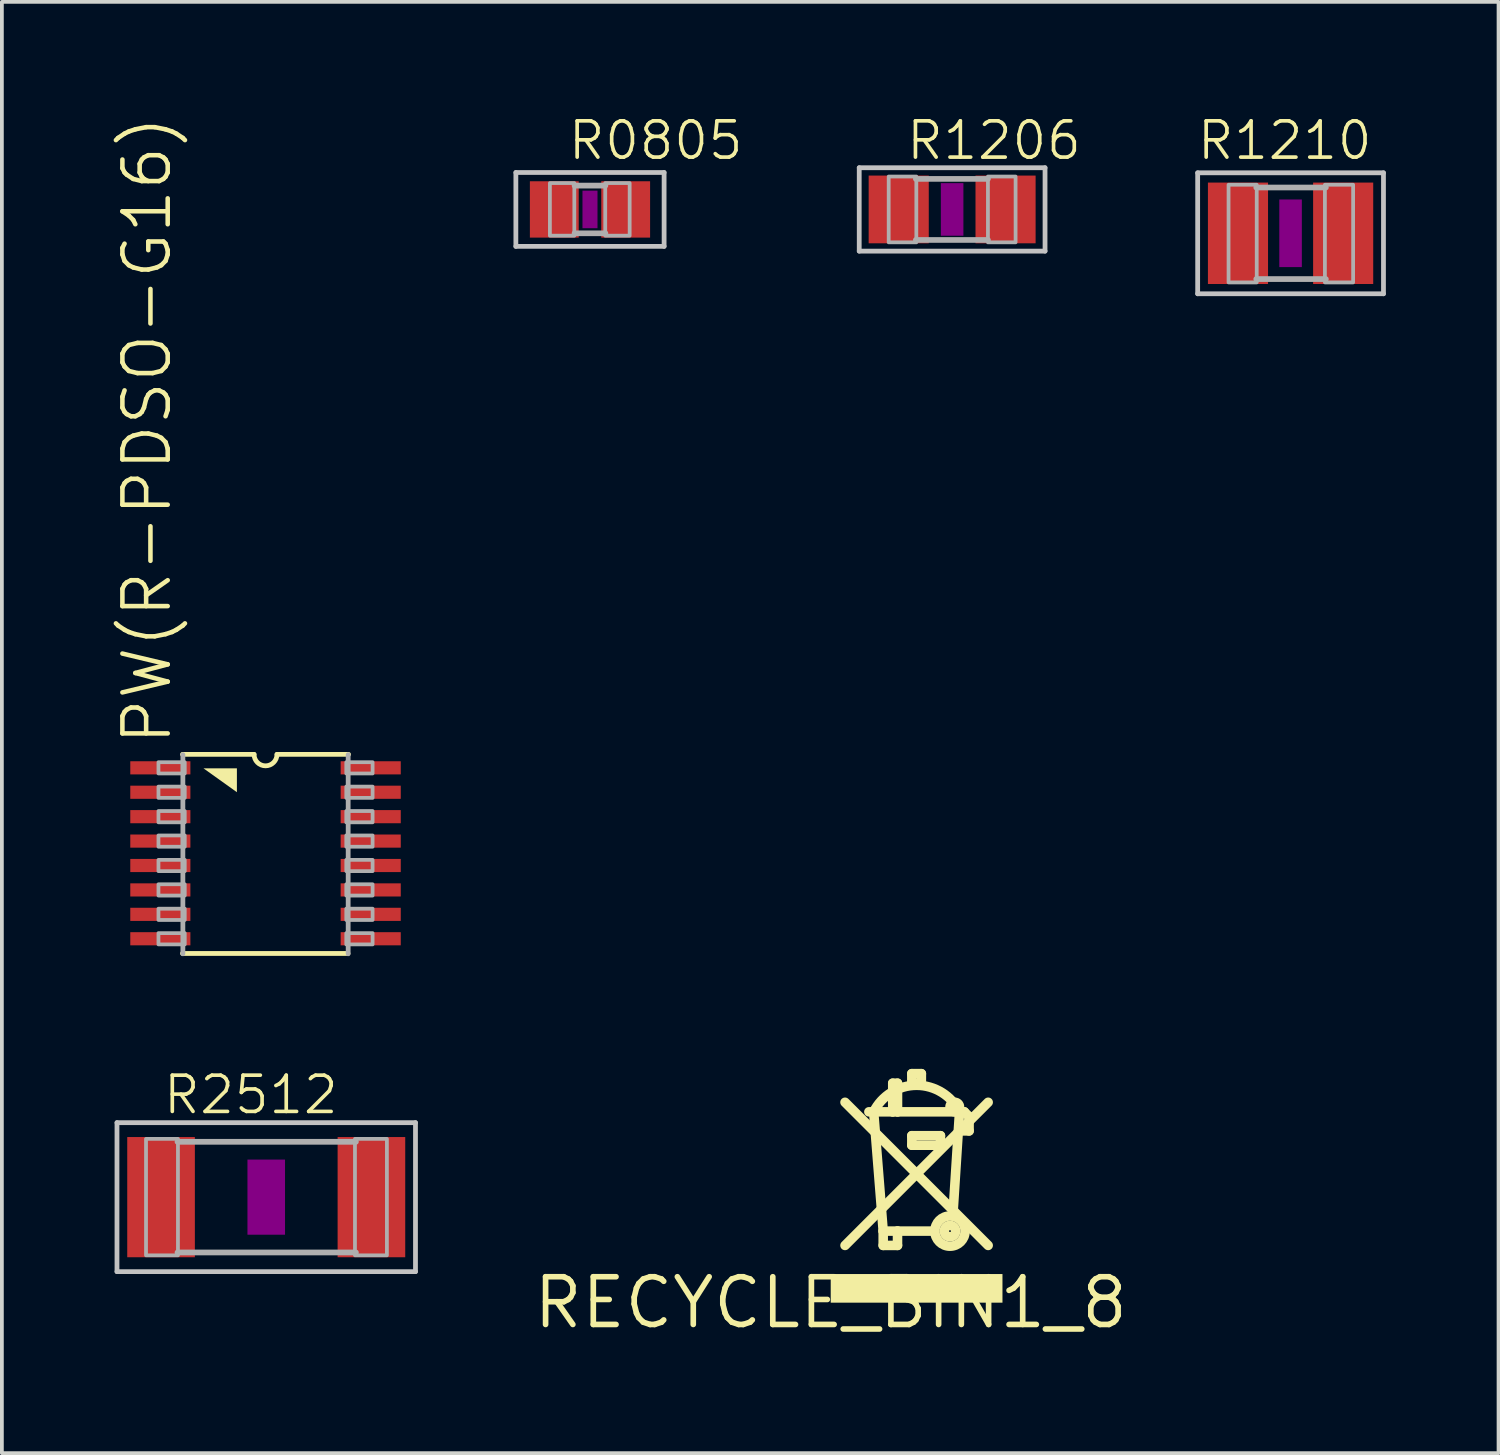
<source format=kicad_pcb>
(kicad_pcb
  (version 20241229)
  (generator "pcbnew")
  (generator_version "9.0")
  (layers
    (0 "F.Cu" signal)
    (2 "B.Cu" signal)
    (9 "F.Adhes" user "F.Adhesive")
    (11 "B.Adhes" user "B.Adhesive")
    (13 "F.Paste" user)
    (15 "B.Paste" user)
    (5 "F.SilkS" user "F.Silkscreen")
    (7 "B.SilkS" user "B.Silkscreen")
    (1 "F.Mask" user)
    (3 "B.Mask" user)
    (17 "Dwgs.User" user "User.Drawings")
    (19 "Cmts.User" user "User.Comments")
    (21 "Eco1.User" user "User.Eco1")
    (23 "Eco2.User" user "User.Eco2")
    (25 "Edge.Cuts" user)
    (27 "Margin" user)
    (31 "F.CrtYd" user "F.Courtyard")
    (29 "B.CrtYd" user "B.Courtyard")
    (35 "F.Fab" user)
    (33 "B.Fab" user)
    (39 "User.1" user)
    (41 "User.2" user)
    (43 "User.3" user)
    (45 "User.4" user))
  (footprint "R1206"
    (layer "F.Cu")
    (at 22.295 2.525)
    (property "Reference" "R1206" (at -1.27 -1.27 180) (layer "F.SilkS") (effects (font (size 0.965 0.965) (thickness 0.097)) (justify left bottom)))
    (attr through_hole)
    (fp_poly (pts (xy -0.3 0.7) (xy 0.3 0.7) (xy 0.3 -0.7) (xy -0.3 -0.7)) (stroke (width 0) (type solid)) (fill yes) (layer "F.Adhes"))
    (fp_line (start -2.473 -1.11) (end 2.473 -1.11) (stroke (width 0.127) (type solid)) (layer "Dwgs.User"))
    (fp_line (start -2.473 1.11) (end -2.473 -1.11) (stroke (width 0.127) (type solid)) (layer "Dwgs.User"))
    (fp_line (start 2.473 -1.11) (end 2.473 1.11) (stroke (width 0.127) (type solid)) (layer "Dwgs.User"))
    (fp_line (start 2.473 1.11) (end -2.473 1.11) (stroke (width 0.127) (type solid)) (layer "Dwgs.User"))
    (fp_line (start 0.953 -0.813) (end -0.965 -0.813) (stroke (width 0.152) (type solid)) (layer "F.Fab"))
    (fp_line (start 0.953 0.813) (end -0.965 0.813) (stroke (width 0.152) (type solid)) (layer "F.Fab"))
    (fp_poly (pts (xy -1.689 0.876) (xy -0.953 0.876) (xy -0.953 -0.876) (xy -1.689 -0.876)) (stroke (width 0.1) (type solid)) (fill no) (layer "F.Fab"))
    (fp_poly (pts (xy 0.953 0.876) (xy 1.689 0.876) (xy 1.689 -0.876) (xy 0.953 -0.876)) (stroke (width 0.1) (type solid)) (fill no) (layer "F.Fab"))
    (pad "1" smd rect (at -1.422 0) (size 1.6 1.803) (layers "F.Cu" "F.Mask" "F.Paste"))
    (pad "2" smd rect (at 1.422 0) (size 1.6 1.803) (layers "F.Cu" "F.Mask" "F.Paste")))
  (footprint "RECYCLE_BIN1_8"
    (layer "F.Cu")
    (at 19.063 31.626)
    (property "Reference" "RECYCLE_BIN1_8" (at 0 0 0) (layer "F.SilkS") (effects (font (size 1.27 1.27) (thickness 0.15))))
    (attr through_hole)
    (fp_line (start 0.381 -5.334) (end 4.191 -1.524) (stroke (width 0.254) (type solid)) (layer "F.SilkS"))
    (fp_line (start 1.143 -5.08) (end 1.016 -5.08) (stroke (width 0.254) (type solid)) (layer "F.SilkS"))
    (fp_line (start 1.143 -5.08) (end 1.651 -5.08) (stroke (width 0.254) (type solid)) (layer "F.SilkS"))
    (fp_line (start 1.397 -1.905) (end 1.143 -5.08) (stroke (width 0.254) (type solid)) (layer "F.SilkS"))
    (fp_line (start 1.397 -1.905) (end 1.397 -1.524) (stroke (width 0.254) (type solid)) (layer "F.SilkS"))
    (fp_line (start 1.397 -1.524) (end 1.778 -1.524) (stroke (width 0.254) (type solid)) (layer "F.SilkS"))
    (fp_line (start 1.651 -5.842) (end 1.651 -5.08) (stroke (width 0.254) (type solid)) (layer "F.SilkS"))
    (fp_line (start 1.651 -5.842) (end 1.778 -5.842) (stroke (width 0.254) (type solid)) (layer "F.SilkS"))
    (fp_line (start 1.651 -5.08) (end 1.778 -5.08) (stroke (width 0.254) (type solid)) (layer "F.SilkS"))
    (fp_line (start 1.778 -5.842) (end 1.778 -5.08) (stroke (width 0.254) (type solid)) (layer "F.SilkS"))
    (fp_line (start 1.778 -5.08) (end 3.429 -5.08) (stroke (width 0.254) (type solid)) (layer "F.SilkS"))
    (fp_line (start 1.778 -1.905) (end 1.397 -1.905) (stroke (width 0.254) (type solid)) (layer "F.SilkS"))
    (fp_line (start 1.778 -1.524) (end 1.778 -1.905) (stroke (width 0.254) (type solid)) (layer "F.SilkS"))
    (fp_line (start 2.159 -6.096) (end 2.159 -5.842) (stroke (width 0.254) (type solid)) (layer "F.SilkS"))
    (fp_line (start 2.159 -5.842) (end 2.413 -5.842) (stroke (width 0.254) (type solid)) (layer "F.SilkS"))
    (fp_line (start 2.159 -4.445) (end 2.159 -4.191) (stroke (width 0.254) (type solid)) (layer "F.SilkS"))
    (fp_line (start 2.159 -4.191) (end 2.921 -4.191) (stroke (width 0.254) (type solid)) (layer "F.SilkS"))
    (fp_line (start 2.413 -6.096) (end 2.159 -6.096) (stroke (width 0.254) (type solid)) (layer "F.SilkS"))
    (fp_line (start 2.413 -5.842) (end 2.413 -6.096) (stroke (width 0.254) (type solid)) (layer "F.SilkS"))
    (fp_line (start 2.769 -1.905) (end 1.778 -1.905) (stroke (width 0.254) (type solid)) (layer "F.SilkS"))
    (fp_line (start 2.921 -4.445) (end 2.159 -4.445) (stroke (width 0.254) (type solid)) (layer "F.SilkS"))
    (fp_line (start 2.921 -4.191) (end 2.921 -4.445) (stroke (width 0.254) (type solid)) (layer "F.SilkS"))
    (fp_line (start 3.429 -5.08) (end 3.251 -2.311) (stroke (width 0.254) (type solid)) (layer "F.SilkS"))
    (fp_line (start 3.429 -5.08) (end 3.556 -5.08) (stroke (width 0.254) (type solid)) (layer "F.SilkS"))
    (fp_line (start 3.429 -4.572) (end 0.381 -1.524) (stroke (width 0.254) (type solid)) (layer "F.SilkS"))
    (fp_line (start 3.556 -5.08) (end 3.683 -4.953) (stroke (width 0.254) (type solid)) (layer "F.SilkS"))
    (fp_line (start 3.683 -4.953) (end 3.683 -4.572) (stroke (width 0.254) (type solid)) (layer "F.SilkS"))
    (fp_line (start 3.683 -4.572) (end 3.429 -4.572) (stroke (width 0.254) (type solid)) (layer "F.SilkS"))
    (fp_line (start 4.191 -5.334) (end 3.429 -4.572) (stroke (width 0.254) (type solid)) (layer "F.SilkS"))
    (fp_arc (start 1.143 -5.08) (mid 2.286 -5.786413) (end 3.429 -5.08) (stroke (width 0.254) (type solid)) (layer "F.SilkS"))
    (fp_circle (center 3.175 -1.905) (end 3.2 -1.905) (stroke (width 0.254) (type solid)) (fill no) (layer "F.SilkS"))
    (fp_circle (center 3.175 -1.905) (end 3.577 -1.905) (stroke (width 0.254) (type solid)) (fill no) (layer "F.SilkS"))
    (fp_circle (center 3.302 -5.207) (end 3.429 -5.207) (stroke (width 0.254) (type solid)) (fill no) (layer "F.SilkS"))
    (fp_poly (pts (xy 0 0) (xy 4.572 0) (xy 4.572 -0.762) (xy 0 -0.762)) (stroke (width 0) (type solid)) (fill yes) (layer "F.SilkS")))
  (footprint "PW(R-PDSO-G16)"
    (layer "F.Cu")
    (at 4.018 19.689)
    (property "Reference" "PW(R-PDSO-G16)" (at -2.45 -2.85 270) (layer "F.SilkS") (effects (font (size 1.206 1.206) (thickness 0.121)) (justify left bottom)))
    (attr through_hole)
    (fp_line (start -0.305 -2.658) (end -2.21 -2.658) (stroke (width 0.127) (type solid)) (layer "F.SilkS"))
    (fp_line (start 2.195 2.642) (end -2.21 2.642) (stroke (width 0.127) (type solid)) (layer "F.SilkS"))
    (fp_line (start 2.21 -2.658) (end 0.305 -2.658) (stroke (width 0.127) (type solid)) (layer "F.SilkS"))
    (fp_arc (start 0.3048 -2.6578) (mid 0 -2.353) (end -0.3048 -2.6578) (stroke (width 0.127) (type solid)) (layer "F.SilkS"))
    (fp_poly (pts (xy -1.651 -2.286) (xy -0.762 -2.286) (xy -0.762 -1.651)) (stroke (width 0) (type solid)) (fill yes) (layer "F.SilkS"))
    (fp_line (start -2.2 2.65) (end -2.2 -2.65) (stroke (width 0.127) (type solid)) (layer "F.Fab"))
    (fp_line (start 2.2 2.65) (end 2.2 -2.65) (stroke (width 0.127) (type solid)) (layer "F.Fab"))
    (fp_poly (pts (xy -2.85 -2.15) (xy -2.15 -2.15) (xy -2.15 -2.45) (xy -2.85 -2.45)) (stroke (width 0.1) (type solid)) (fill no) (layer "F.Fab"))
    (fp_poly (pts (xy -2.85 -1.5) (xy -2.15 -1.5) (xy -2.15 -1.8) (xy -2.85 -1.8)) (stroke (width 0.1) (type solid)) (fill no) (layer "F.Fab"))
    (fp_poly (pts (xy -2.85 -0.85) (xy -2.15 -0.85) (xy -2.15 -1.15) (xy -2.85 -1.15)) (stroke (width 0.1) (type solid)) (fill no) (layer "F.Fab"))
    (fp_poly (pts (xy -2.85 -0.2) (xy -2.15 -0.2) (xy -2.15 -0.5) (xy -2.85 -0.5)) (stroke (width 0.1) (type solid)) (fill no) (layer "F.Fab"))
    (fp_poly (pts (xy -2.85 0.45) (xy -2.15 0.45) (xy -2.15 0.15) (xy -2.85 0.15)) (stroke (width 0.1) (type solid)) (fill no) (layer "F.Fab"))
    (fp_poly (pts (xy -2.85 1.1) (xy -2.15 1.1) (xy -2.15 0.8) (xy -2.85 0.8)) (stroke (width 0.1) (type solid)) (fill no) (layer "F.Fab"))
    (fp_poly (pts (xy -2.85 1.75) (xy -2.15 1.75) (xy -2.15 1.45) (xy -2.85 1.45)) (stroke (width 0.1) (type solid)) (fill no) (layer "F.Fab"))
    (fp_poly (pts (xy -2.85 2.4) (xy -2.15 2.4) (xy -2.15 2.1) (xy -2.85 2.1)) (stroke (width 0.1) (type solid)) (fill no) (layer "F.Fab"))
    (fp_poly (pts (xy 2.15 -2.15) (xy 2.85 -2.15) (xy 2.85 -2.45) (xy 2.15 -2.45)) (stroke (width 0.1) (type solid)) (fill no) (layer "F.Fab"))
    (fp_poly (pts (xy 2.15 -1.5) (xy 2.85 -1.5) (xy 2.85 -1.8) (xy 2.15 -1.8)) (stroke (width 0.1) (type solid)) (fill no) (layer "F.Fab"))
    (fp_poly (pts (xy 2.15 -0.85) (xy 2.85 -0.85) (xy 2.85 -1.15) (xy 2.15 -1.15)) (stroke (width 0.1) (type solid)) (fill no) (layer "F.Fab"))
    (fp_poly (pts (xy 2.15 -0.2) (xy 2.85 -0.2) (xy 2.85 -0.5) (xy 2.15 -0.5)) (stroke (width 0.1) (type solid)) (fill no) (layer "F.Fab"))
    (fp_poly (pts (xy 2.15 0.45) (xy 2.85 0.45) (xy 2.85 0.15) (xy 2.15 0.15)) (stroke (width 0.1) (type solid)) (fill no) (layer "F.Fab"))
    (fp_poly (pts (xy 2.15 1.1) (xy 2.85 1.1) (xy 2.85 0.8) (xy 2.15 0.8)) (stroke (width 0.1) (type solid)) (fill no) (layer "F.Fab"))
    (fp_poly (pts (xy 2.15 1.75) (xy 2.85 1.75) (xy 2.85 1.45) (xy 2.15 1.45)) (stroke (width 0.1) (type solid)) (fill no) (layer "F.Fab"))
    (fp_poly (pts (xy 2.15 2.4) (xy 2.85 2.4) (xy 2.85 2.1) (xy 2.15 2.1)) (stroke (width 0.1) (type solid)) (fill no) (layer "F.Fab"))
    (pad "1" smd rect (at -2.8 -2.3) (size 1.6 0.35) (layers "F.Cu" "F.Mask" "F.Paste"))
    (pad "2" smd rect (at -2.8 -1.65) (size 1.6 0.35) (layers "F.Cu" "F.Mask" "F.Paste"))
    (pad "3" smd rect (at -2.8 -1) (size 1.6 0.35) (layers "F.Cu" "F.Mask" "F.Paste"))
    (pad "4" smd rect (at -2.8 -0.35) (size 1.6 0.35) (layers "F.Cu" "F.Mask" "F.Paste"))
    (pad "5" smd rect (at -2.8 0.3) (size 1.6 0.35) (layers "F.Cu" "F.Mask" "F.Paste"))
    (pad "6" smd rect (at -2.8 0.95) (size 1.6 0.35) (layers "F.Cu" "F.Mask" "F.Paste"))
    (pad "7" smd rect (at -2.8 1.6) (size 1.6 0.35) (layers "F.Cu" "F.Mask" "F.Paste"))
    (pad "8" smd rect (at -2.8 2.25) (size 1.6 0.35) (layers "F.Cu" "F.Mask" "F.Paste"))
    (pad "9" smd rect (at 2.8 2.25) (size 1.6 0.35) (layers "F.Cu" "F.Mask" "F.Paste"))
    (pad "10" smd rect (at 2.8 1.6) (size 1.6 0.35) (layers "F.Cu" "F.Mask" "F.Paste"))
    (pad "11" smd rect (at 2.8 0.95) (size 1.6 0.35) (layers "F.Cu" "F.Mask" "F.Paste"))
    (pad "12" smd rect (at 2.8 0.3) (size 1.6 0.35) (layers "F.Cu" "F.Mask" "F.Paste"))
    (pad "13" smd rect (at 2.8 -0.35) (size 1.6 0.35) (layers "F.Cu" "F.Mask" "F.Paste"))
    (pad "14" smd rect (at 2.8 -1) (size 1.6 0.35) (layers "F.Cu" "F.Mask" "F.Paste"))
    (pad "15" smd rect (at 2.8 -1.65) (size 1.6 0.35) (layers "F.Cu" "F.Mask" "F.Paste"))
    (pad "16" smd rect (at 2.8 -2.3) (size 1.6 0.35) (layers "F.Cu" "F.Mask" "F.Paste")))
  (footprint "R0805"
    (layer "F.Cu")
    (at 12.655 2.525)
    (property "Reference" "R0805" (at -0.635 -1.27 180) (layer "F.SilkS") (effects (font (size 0.965 0.965) (thickness 0.097)) (justify left bottom)))
    (attr through_hole)
    (fp_poly (pts (xy -0.2 0.5) (xy 0.2 0.5) (xy 0.2 -0.5) (xy -0.2 -0.5)) (stroke (width 0) (type solid)) (fill yes) (layer "F.Adhes"))
    (fp_line (start -1.973 -0.983) (end 1.973 -0.983) (stroke (width 0.127) (type solid)) (layer "Dwgs.User"))
    (fp_line (start -1.973 0.983) (end -1.973 -0.983) (stroke (width 0.127) (type solid)) (layer "Dwgs.User"))
    (fp_line (start 1.973 -0.983) (end 1.973 0.983) (stroke (width 0.127) (type solid)) (layer "Dwgs.User"))
    (fp_line (start 1.973 0.983) (end -1.973 0.983) (stroke (width 0.127) (type solid)) (layer "Dwgs.User"))
    (fp_line (start -0.41 -0.635) (end 0.41 -0.635) (stroke (width 0.152) (type solid)) (layer "F.Fab"))
    (fp_line (start -0.41 0.635) (end 0.41 0.635) (stroke (width 0.152) (type solid)) (layer "F.Fab"))
    (fp_poly (pts (xy -1.067 0.699) (xy -0.417 0.699) (xy -0.417 -0.702) (xy -1.067 -0.702)) (stroke (width 0.1) (type solid)) (fill no) (layer "F.Fab"))
    (fp_poly (pts (xy 0.406 0.699) (xy 1.056 0.699) (xy 1.056 -0.702) (xy 0.406 -0.702)) (stroke (width 0.1) (type solid)) (fill no) (layer "F.Fab"))
    (pad "1" smd rect (at -0.95 0) (size 1.3 1.5) (layers "F.Cu" "F.Mask" "F.Paste"))
    (pad "2" smd rect (at 0.95 0) (size 1.3 1.5) (layers "F.Cu" "F.Mask" "F.Paste")))
  (footprint "R2512"
    (layer "F.Cu")
    (at 4.037 28.817)
    (property "Reference" "R2512" (at -2.794 -2.159 180) (layer "F.SilkS") (effects (font (size 0.965 0.965) (thickness 0.097)) (justify left bottom)))
    (attr through_hole)
    (fp_poly (pts (xy -0.5 1) (xy 0.5 1) (xy 0.5 -1) (xy -0.5 -1)) (stroke (width 0) (type solid)) (fill yes) (layer "F.Adhes"))
    (fp_line (start -3.973 -1.983) (end 3.973 -1.983) (stroke (width 0.127) (type solid)) (layer "Dwgs.User"))
    (fp_line (start -3.973 1.983) (end -3.973 -1.983) (stroke (width 0.127) (type solid)) (layer "Dwgs.User"))
    (fp_line (start 3.973 -1.983) (end 3.973 1.983) (stroke (width 0.127) (type solid)) (layer "Dwgs.User"))
    (fp_line (start 3.973 1.983) (end -3.973 1.983) (stroke (width 0.127) (type solid)) (layer "Dwgs.User"))
    (fp_line (start -2.362 -1.473) (end 2.387 -1.473) (stroke (width 0.152) (type solid)) (layer "F.Fab"))
    (fp_line (start -2.362 1.473) (end 2.387 1.473) (stroke (width 0.152) (type solid)) (layer "F.Fab"))
    (fp_poly (pts (xy -3.2 1.549) (xy -2.35 1.549) (xy -2.35 -1.551) (xy -3.2 -1.551)) (stroke (width 0.1) (type solid)) (fill no) (layer "F.Fab"))
    (fp_poly (pts (xy 2.362 1.549) (xy 3.212 1.549) (xy 3.212 -1.551) (xy 2.362 -1.551)) (stroke (width 0.1) (type solid)) (fill no) (layer "F.Fab"))
    (pad "1" smd rect (at -2.8 0) (size 1.8 3.2) (layers "F.Cu" "F.Mask" "F.Paste"))
    (pad "2" smd rect (at 2.8 0) (size 1.8 3.2) (layers "F.Cu" "F.Mask" "F.Paste")))
  (footprint "R1210"
    (layer "F.Cu")
    (at 31.304 3.16)
    (property "Reference" "R1210" (at -2.54 -1.905 180) (layer "F.SilkS") (effects (font (size 0.965 0.965) (thickness 0.097)) (justify left bottom)))
    (attr through_hole)
    (fp_poly (pts (xy -0.3 0.9) (xy 0.3 0.9) (xy 0.3 -0.9) (xy -0.3 -0.9)) (stroke (width 0) (type solid)) (fill yes) (layer "F.Adhes"))
    (fp_line (start -2.473 -1.61) (end 2.473 -1.61) (stroke (width 0.127) (type solid)) (layer "Dwgs.User"))
    (fp_line (start -2.473 1.61) (end -2.473 -1.61) (stroke (width 0.127) (type solid)) (layer "Dwgs.User"))
    (fp_line (start 2.473 -1.61) (end 2.473 1.61) (stroke (width 0.127) (type solid)) (layer "Dwgs.User"))
    (fp_line (start 2.473 1.61) (end -2.473 1.61) (stroke (width 0.127) (type solid)) (layer "Dwgs.User"))
    (fp_line (start -0.913 -1.219) (end 0.939 -1.219) (stroke (width 0.152) (type solid)) (layer "F.Fab"))
    (fp_line (start -0.913 1.219) (end 0.939 1.219) (stroke (width 0.152) (type solid)) (layer "F.Fab"))
    (fp_poly (pts (xy -1.651 1.308) (xy -0.901 1.308) (xy -0.901 -1.292) (xy -1.651 -1.292)) (stroke (width 0.1) (type solid)) (fill no) (layer "F.Fab"))
    (fp_poly (pts (xy 0.914 1.308) (xy 1.665 1.308) (xy 1.665 -1.292) (xy 0.914 -1.292)) (stroke (width 0.1) (type solid)) (fill no) (layer "F.Fab"))
    (pad "1" smd rect (at -1.4 0) (size 1.6 2.7) (layers "F.Cu" "F.Mask" "F.Paste"))
    (pad "2" smd rect (at 1.4 0) (size 1.6 2.7) (layers "F.Cu" "F.Mask" "F.Paste")))
  (gr_rect
    (start -3 -3)
    (end 36.84 35.632)
    (stroke (width 0.1) (type default))
    (fill no)
    (layer "Edge.Cuts")))
</source>
